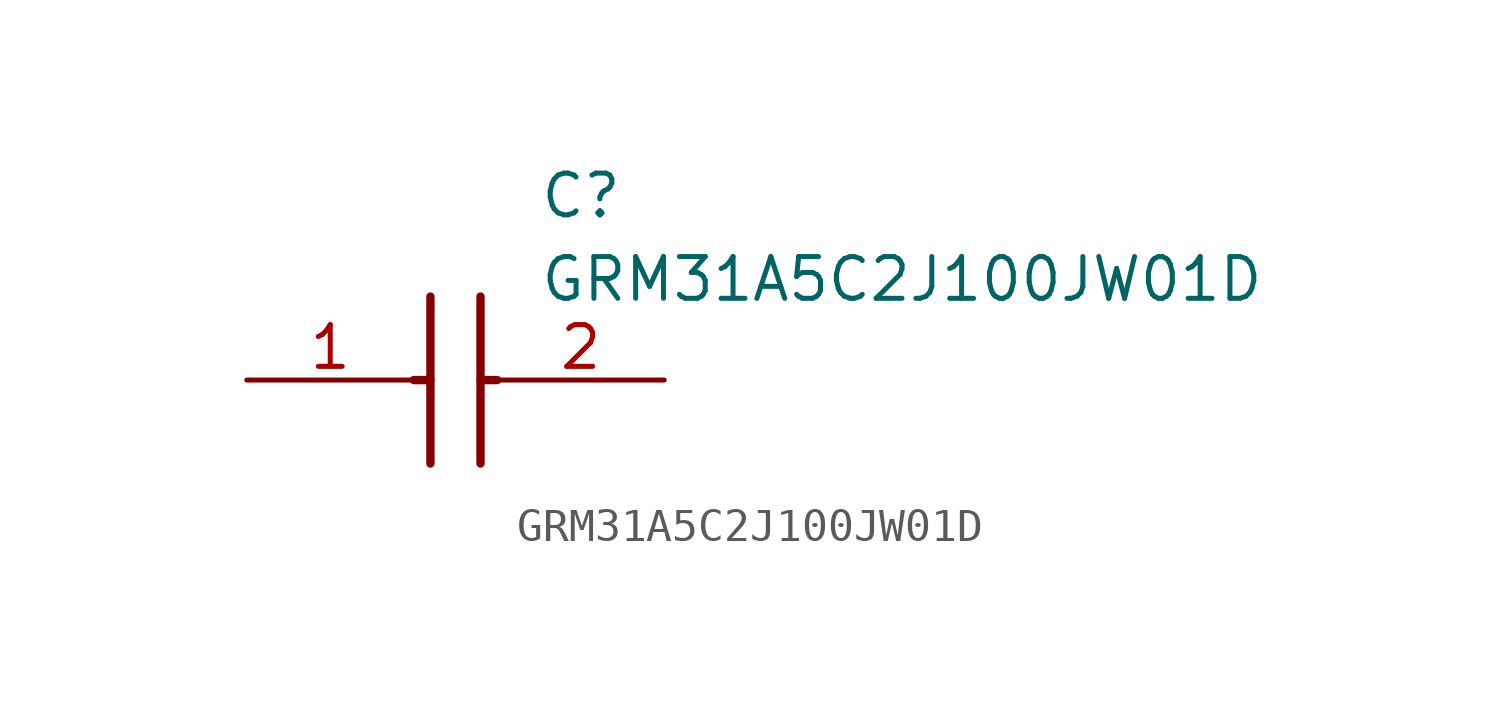
<source format=kicad_sym>
(kicad_symbol_lib
  (version 20211014)
  (generator SamacSys_ECAD_Model)
  (symbol "GRM31A5C2J100JW01D"
    (pin_names hide)
    (property "Reference" "C"
      (at 8.89 6.35 0)
      (effects (font (size 1.27 1.27)) (justify left top)))
    (property "Value" "GRM31A5C2J100JW01D"
      (at 8.89 3.81 0)
      (effects (font (size 1.27 1.27)) (justify left top)))
    (polyline
      (pts (xy 5.588 2.54) (xy 5.588 -2.54))
      (stroke (width 0.254) (type default))
      (fill (type none)))
    (polyline
      (pts (xy 7.112 2.54) (xy 7.112 -2.54))
      (stroke (width 0.254) (type default))
      (fill (type none)))
    (polyline
      (pts (xy 5.08 0) (xy 5.588 0))
      (stroke (width 0.254) (type default))
      (fill (type none)))
    (polyline
      (pts (xy 7.112 0) (xy 7.62 0))
      (stroke (width 0.254) (type default))
      (fill (type none)))
    (pin passive line
      (at 0 0 0)
      (length 5.08)
      (name "1" (effects (font (size 1.27 1.27))))
      (number "1" (effects (font (size 1.27 1.27)))))
    (pin passive line
      (at 12.7 0 180)
      (length 5.08)
      (name "2" (effects (font (size 1.27 1.27))))
      (number "2" (effects (font (size 1.27 1.27)))))))
</source>
